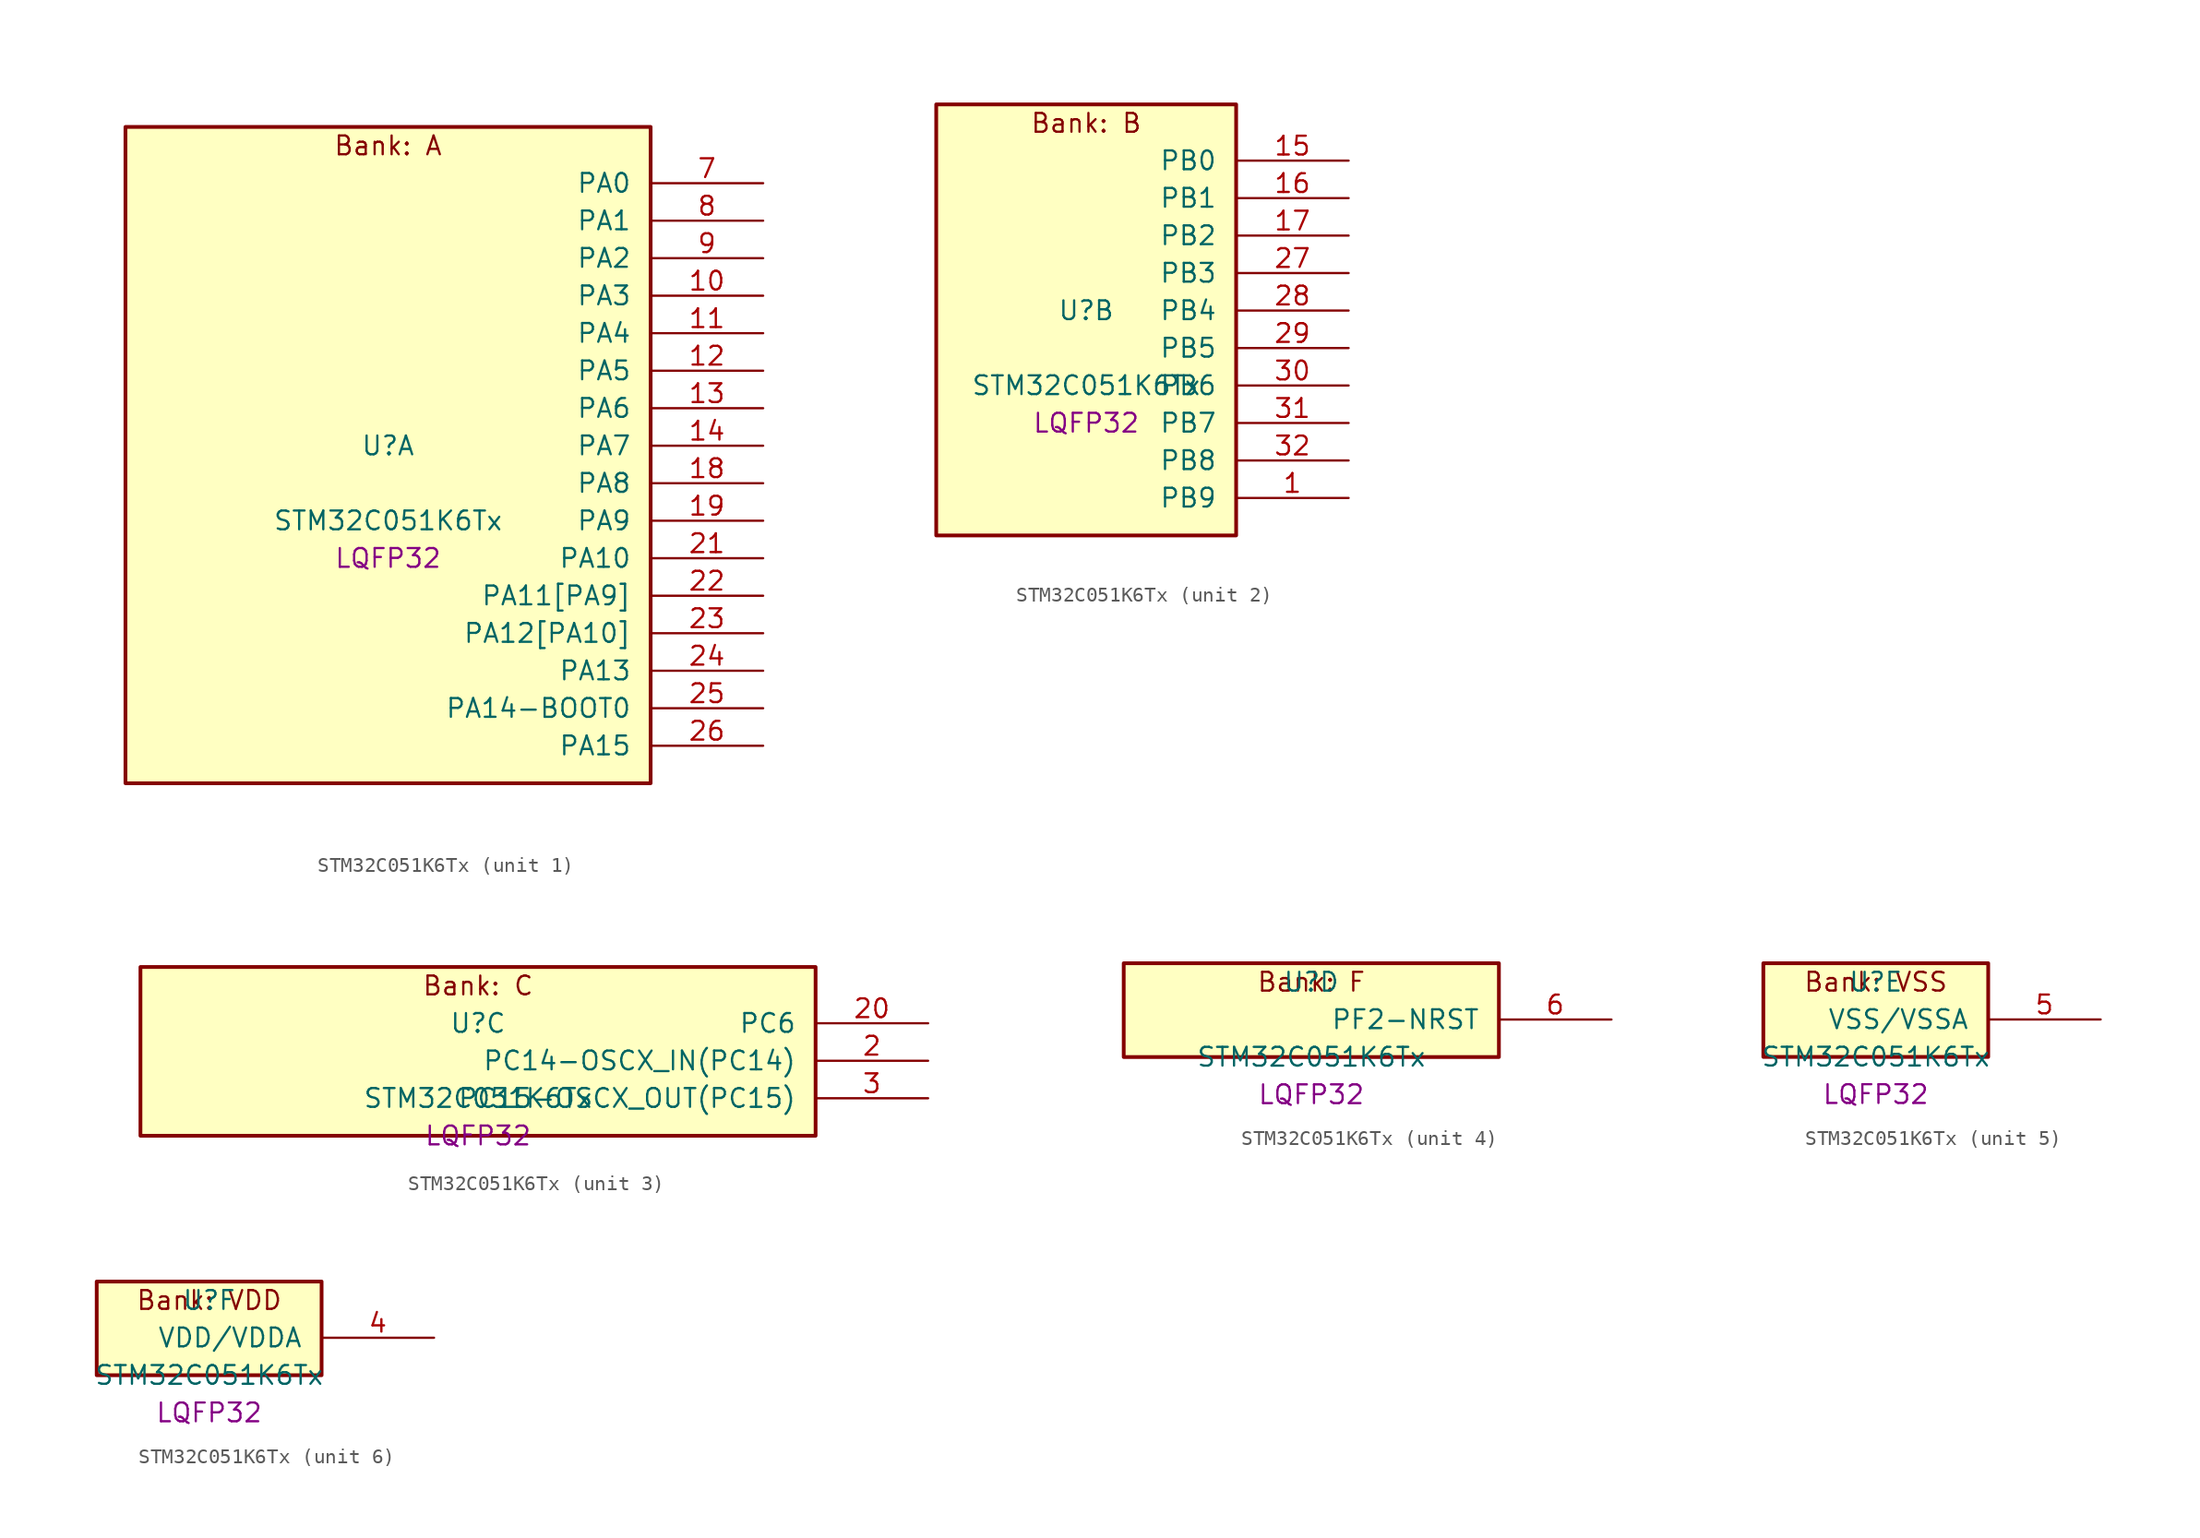
<source format=kicad_sym>
(kicad_symbol_lib
  (version 20241209)
  (generator "stm32_pkl_generator")
  (generator_version "1.0")
  (symbol "STM32C051K6Tx"
    (pin_names
      (offset 1.27))
    (property "Reference" "U"
      (at 0 2.54 0))
    (property "Value" "STM32C051K6Tx"
      (at 0 -2.54 0))
    (property "Footprint" "LQFP32"
      (at 0 -5.08 0))
    (symbol "STM32C051K6Tx_1_1"
      (rectangle (start -17.78 24.13) (end 17.78 -20.32) (stroke (width 0.254) (type solid)) (fill (type background)))
      (text "Bank: A" (at 0 22.86 0))
      (pin bidirectional line (at 25.4 20.32 180) (length 7.62) (name "PA0") (number "7") (alternate "PA0/ADC1_IN0" bidirectional line) (alternate "PA0/PWR_WKUP1" bidirectional line) (alternate "PA0/SPI2_SCK" bidirectional line) (alternate "PA0/TIM16_CH1" bidirectional line) (alternate "PA0/TIM1_CH1" bidirectional line) (alternate "PA0/TIM2_CH1" bidirectional line) (alternate "PA0/TIM2_ETR" bidirectional line) (alternate "PA0/USART1_TX" bidirectional line) (alternate "PA0/USART2_CTS" bidirectional line) (alternate "PA0/USART2_NSS" bidirectional line))
      (pin bidirectional line (at 25.4 17.78 180) (length 7.62) (name "PA1") (number "8") (alternate "PA1/ADC1_IN1" bidirectional line) (alternate "PA1/I2C1_SMBA" bidirectional line) (alternate "PA1/I2S1_CK" bidirectional line) (alternate "PA1/SPI1_SCK" bidirectional line) (alternate "PA1/TIM17_CH1" bidirectional line) (alternate "PA1/TIM1_CH2" bidirectional line) (alternate "PA1/TIM2_CH2" bidirectional line) (alternate "PA1/USART1_RX" bidirectional line) (alternate "PA1/USART2_CK" bidirectional line) (alternate "PA1/USART2_DE" bidirectional line) (alternate "PA1/USART2_RTS" bidirectional line))
      (pin bidirectional line (at 25.4 15.24 180) (length 7.62) (name "PA2") (number "9") (alternate "PA2/ADC1_IN2" bidirectional line) (alternate "PA2/I2S1_SD" bidirectional line) (alternate "PA2/PWR_WKUP4" bidirectional line) (alternate "PA2/RCC_LSCO" bidirectional line) (alternate "PA2/SPI1_MOSI" bidirectional line) (alternate "PA2/TIM16_CH1N" bidirectional line) (alternate "PA2/TIM1_CH3" bidirectional line) (alternate "PA2/TIM2_CH3" bidirectional line) (alternate "PA2/TIM3_ETR" bidirectional line) (alternate "PA2/USART2_TX" bidirectional line))
      (pin bidirectional line (at 25.4 12.7 180) (length 7.62) (name "PA3") (number "10") (alternate "PA3/ADC1_IN3" bidirectional line) (alternate "PA3/SPI2_MISO" bidirectional line) (alternate "PA3/TIM1_CH1N" bidirectional line) (alternate "PA3/TIM1_CH4" bidirectional line) (alternate "PA3/TIM2_CH4" bidirectional line) (alternate "PA3/USART2_RX" bidirectional line))
      (pin bidirectional line (at 25.4 10.16 180) (length 7.62) (name "PA4") (number "11") (alternate "PA4/ADC1_IN4" bidirectional line) (alternate "PA4/I2S1_WS" bidirectional line) (alternate "PA4/PWR_WKUP2" bidirectional line) (alternate "PA4/RTC_OUT1" bidirectional line) (alternate "PA4/RTC_TS" bidirectional line) (alternate "PA4/SPI1_NSS" bidirectional line) (alternate "PA4/SPI2_MOSI" bidirectional line) (alternate "PA4/TIM14_CH1" bidirectional line) (alternate "PA4/TIM17_CH1N" bidirectional line) (alternate "PA4/TIM1_CH2N" bidirectional line) (alternate "PA4/USART2_TX" bidirectional line))
      (pin bidirectional line (at 25.4 7.62 180) (length 7.62) (name "PA5") (number "12") (alternate "PA5/ADC1_IN5" bidirectional line) (alternate "PA5/I2S1_CK" bidirectional line) (alternate "PA5/SPI1_SCK" bidirectional line) (alternate "PA5/TIM1_CH1" bidirectional line) (alternate "PA5/TIM1_CH3N" bidirectional line) (alternate "PA5/TIM2_CH1" bidirectional line) (alternate "PA5/TIM2_ETR" bidirectional line) (alternate "PA5/USART2_RX" bidirectional line))
      (pin bidirectional line (at 25.4 5.08 180) (length 7.62) (name "PA6") (number "13") (alternate "PA6/ADC1_IN6" bidirectional line) (alternate "PA6/I2C2_SDA" bidirectional line) (alternate "PA6/I2S1_MCK" bidirectional line) (alternate "PA6/SPI1_MISO" bidirectional line) (alternate "PA6/TIM16_CH1" bidirectional line) (alternate "PA6/TIM1_BKIN" bidirectional line) (alternate "PA6/TIM3_CH1" bidirectional line) (alternate "PA6/USART1_TX" bidirectional line))
      (pin bidirectional line (at 25.4 2.54 180) (length 7.62) (name "PA7") (number "14") (alternate "PA7/ADC1_IN7" bidirectional line) (alternate "PA7/I2C2_SCL" bidirectional line) (alternate "PA7/I2S1_SD" bidirectional line) (alternate "PA7/SPI1_MOSI" bidirectional line) (alternate "PA7/TIM14_CH1" bidirectional line) (alternate "PA7/TIM17_CH1" bidirectional line) (alternate "PA7/TIM1_CH1N" bidirectional line) (alternate "PA7/TIM3_CH2" bidirectional line) (alternate "PA7/USART1_RX" bidirectional line))
      (pin bidirectional line (at 25.4 0 180) (length 7.62) (name "PA8") (number "18") (alternate "PA8/ADC1_IN8" bidirectional line) (alternate "PA8/I2S1_WS" bidirectional line) (alternate "PA8/RCC_MCO" bidirectional line) (alternate "PA8/RCC_MCO_2" bidirectional line) (alternate "PA8/SPI1_NSS" bidirectional line) (alternate "PA8/SPI2_MISO" bidirectional line) (alternate "PA8/SPI2_NSS" bidirectional line) (alternate "PA8/TIM14_CH1" bidirectional line) (alternate "PA8/TIM1_CH1" bidirectional line) (alternate "PA8/TIM1_CH2N" bidirectional line) (alternate "PA8/TIM1_CH3N" bidirectional line) (alternate "PA8/TIM3_CH3" bidirectional line) (alternate "PA8/TIM3_CH4" bidirectional line) (alternate "PA8/USART1_RX" bidirectional line) (alternate "PA8/USART2_TX" bidirectional line))
      (pin bidirectional line (at 25.4 -2.54 180) (length 7.62) (name "PA9") (number "19") (alternate "PA9/I2C1_SCL" bidirectional line) (alternate "PA9/I2C2_SCL" bidirectional line) (alternate "PA9/RCC_MCO" bidirectional line) (alternate "PA9/SPI2_MISO" bidirectional line) (alternate "PA9/TIM1_CH2" bidirectional line) (alternate "PA9/TIM3_ETR" bidirectional line) (alternate "PA9/USART1_TX" bidirectional line) (alternate "PA9/NC" bidirectional line))
      (pin bidirectional line (at 25.4 -5.08 180) (length 7.62) (name "PA10") (number "21") (alternate "PA10/I2C1_SDA" bidirectional line) (alternate "PA10/I2C2_SDA" bidirectional line) (alternate "PA10/RCC_MCO_2" bidirectional line) (alternate "PA10/SPI2_MOSI" bidirectional line) (alternate "PA10/TIM17_BKIN" bidirectional line) (alternate "PA10/TIM1_CH3" bidirectional line) (alternate "PA10/USART1_RX" bidirectional line) (alternate "PA10/NC" bidirectional line))
      (pin bidirectional line (at 25.4 -7.62 180) (length 7.62) (name "PA11[PA9]") (number "22") (alternate "PA11[PA9]/ADC1_EXTI11" bidirectional line) (alternate "PA11[PA9]/ADC1_IN11" bidirectional line) (alternate "PA11[PA9]/I2C2_SCL" bidirectional line) (alternate "PA11[PA9]/I2S1_MCK" bidirectional line) (alternate "PA11[PA9]/SPI1_MISO" bidirectional line) (alternate "PA11[PA9]/TIM1_BKIN2" bidirectional line) (alternate "PA11[PA9]/TIM1_CH4" bidirectional line) (alternate "PA11[PA9]/USART1_CTS" bidirectional line) (alternate "PA11[PA9]/USART1_NSS" bidirectional line) (alternate "PA11[PA9]/PA9[PA11]" bidirectional line) (alternate "PA11[PA9]/I2C1_SCL" bidirectional line) (alternate "PA11[PA9]/RCC_MCO" bidirectional line) (alternate "PA11[PA9]/SPI2_MISO" bidirectional line) (alternate "PA11[PA9]/TIM1_CH2" bidirectional line) (alternate "PA11[PA9]/TIM3_ETR" bidirectional line) (alternate "PA11[PA9]/USART1_TX" bidirectional line))
      (pin bidirectional line (at 25.4 -10.16 180) (length 7.62) (name "PA12[PA10]") (number "23") (alternate "PA12[PA10]/ADC1_IN12" bidirectional line) (alternate "PA12[PA10]/I2C2_SDA" bidirectional line) (alternate "PA12[PA10]/I2S1_SD" bidirectional line) (alternate "PA12[PA10]/I2S_CKIN" bidirectional line) (alternate "PA12[PA10]/SPI1_MOSI" bidirectional line) (alternate "PA12[PA10]/TIM1_ETR" bidirectional line) (alternate "PA12[PA10]/USART1_CK" bidirectional line) (alternate "PA12[PA10]/USART1_DE" bidirectional line) (alternate "PA12[PA10]/USART1_RTS" bidirectional line) (alternate "PA12[PA10]/PA10[PA12]" bidirectional line) (alternate "PA12[PA10]/I2C1_SDA" bidirectional line) (alternate "PA12[PA10]/RCC_MCO_2" bidirectional line) (alternate "PA12[PA10]/SPI2_MOSI" bidirectional line) (alternate "PA12[PA10]/TIM17_BKIN" bidirectional line) (alternate "PA12[PA10]/TIM1_CH3" bidirectional line) (alternate "PA12[PA10]/USART1_RX" bidirectional line))
      (pin bidirectional line (at 25.4 -12.7 180) (length 7.62) (name "PA13") (number "24") (alternate "PA13/ADC1_IN13" bidirectional line) (alternate "PA13/DEBUG_SWDIO" bidirectional line) (alternate "PA13/IR_OUT" bidirectional line) (alternate "PA13/TIM3_ETR" bidirectional line) (alternate "PA13/USART2_RX" bidirectional line))
      (pin bidirectional line (at 25.4 -15.24 180) (length 7.62) (name "PA14-BOOT0") (number "25") (alternate "PA14-BOOT0/ADC1_IN14" bidirectional line) (alternate "PA14-BOOT0/BOOT0" bidirectional line) (alternate "PA14-BOOT0/DEBUG_SWCLK" bidirectional line) (alternate "PA14-BOOT0/I2S1_WS" bidirectional line) (alternate "PA14-BOOT0/RCC_MCO_2" bidirectional line) (alternate "PA14-BOOT0/SPI1_NSS" bidirectional line) (alternate "PA14-BOOT0/TIM1_CH1" bidirectional line) (alternate "PA14-BOOT0/USART1_CK" bidirectional line) (alternate "PA14-BOOT0/USART1_DE" bidirectional line) (alternate "PA14-BOOT0/USART1_RTS" bidirectional line) (alternate "PA14-BOOT0/USART2_RX" bidirectional line) (alternate "PA14-BOOT0/USART2_TX" bidirectional line))
      (pin bidirectional line (at 25.4 -17.78 180) (length 7.62) (name "PA15") (number "26") (alternate "PA15/I2S1_WS" bidirectional line) (alternate "PA15/RCC_MCO_2" bidirectional line) (alternate "PA15/SPI1_NSS" bidirectional line) (alternate "PA15/TIM1_CH1" bidirectional line) (alternate "PA15/TIM2_CH1" bidirectional line) (alternate "PA15/TIM2_ETR" bidirectional line) (alternate "PA15/USART1_CK" bidirectional line) (alternate "PA15/USART1_DE" bidirectional line) (alternate "PA15/USART1_RTS" bidirectional line) (alternate "PA15/USART2_RX" bidirectional line)))
    (symbol "STM32C051K6Tx_2_1"
      (rectangle (start -10.16 16.51) (end 10.16 -12.7) (stroke (width 0.254) (type solid)) (fill (type background)))
      (text "Bank: B" (at 0 15.24 0))
      (pin bidirectional line (at 17.78 12.7 180) (length 7.62) (name "PB0") (number "15") (alternate "PB0/ADC1_IN17" bidirectional line) (alternate "PB0/I2S1_WS" bidirectional line) (alternate "PB0/SPI1_NSS" bidirectional line) (alternate "PB0/TIM1_CH2N" bidirectional line) (alternate "PB0/TIM3_CH3" bidirectional line))
      (pin bidirectional line (at 17.78 10.16 180) (length 7.62) (name "PB1") (number "16") (alternate "PB1/ADC1_IN18" bidirectional line) (alternate "PB1/TIM14_CH1" bidirectional line) (alternate "PB1/TIM1_CH2N" bidirectional line) (alternate "PB1/TIM1_CH3N" bidirectional line) (alternate "PB1/TIM3_CH4" bidirectional line))
      (pin bidirectional line (at 17.78 7.62 180) (length 7.62) (name "PB2") (number "17") (alternate "PB2/ADC1_IN19" bidirectional line) (alternate "PB2/RCC_MCO_2" bidirectional line) (alternate "PB2/SPI2_MISO" bidirectional line) (alternate "PB2/USART1_RX" bidirectional line))
      (pin bidirectional line (at 17.78 5.08 180) (length 7.62) (name "PB3") (number "27") (alternate "PB3/I2C2_SCL" bidirectional line) (alternate "PB3/I2S1_CK" bidirectional line) (alternate "PB3/SPI1_SCK" bidirectional line) (alternate "PB3/TIM1_CH2" bidirectional line) (alternate "PB3/TIM2_CH2" bidirectional line) (alternate "PB3/TIM3_CH2" bidirectional line) (alternate "PB3/USART1_CK" bidirectional line) (alternate "PB3/USART1_DE" bidirectional line) (alternate "PB3/USART1_RTS" bidirectional line))
      (pin bidirectional line (at 17.78 2.54 180) (length 7.62) (name "PB4") (number "28") (alternate "PB4/I2C2_SDA" bidirectional line) (alternate "PB4/I2S1_MCK" bidirectional line) (alternate "PB4/SPI1_MISO" bidirectional line) (alternate "PB4/TIM17_BKIN" bidirectional line) (alternate "PB4/TIM3_CH1" bidirectional line) (alternate "PB4/USART1_CTS" bidirectional line) (alternate "PB4/USART1_NSS" bidirectional line))
      (pin bidirectional line (at 17.78 0 180) (length 7.62) (name "PB5") (number "29") (alternate "PB5/I2C1_SMBA" bidirectional line) (alternate "PB5/I2S1_SD" bidirectional line) (alternate "PB5/PWR_WKUP6" bidirectional line) (alternate "PB5/SPI1_MOSI" bidirectional line) (alternate "PB5/TIM16_BKIN" bidirectional line) (alternate "PB5/TIM3_CH2" bidirectional line) (alternate "PB5/TIM3_CH3" bidirectional line))
      (pin bidirectional line (at 17.78 -2.54 180) (length 7.62) (name "PB6") (number "30") (alternate "PB6/I2C1_SCL" bidirectional line) (alternate "PB6/I2C1_SMBA" bidirectional line) (alternate "PB6/I2S1_CK" bidirectional line) (alternate "PB6/I2S1_MCK" bidirectional line) (alternate "PB6/I2S1_SD" bidirectional line) (alternate "PB6/PWR_WKUP3" bidirectional line) (alternate "PB6/SPI1_MISO" bidirectional line) (alternate "PB6/SPI1_MOSI" bidirectional line) (alternate "PB6/SPI1_SCK" bidirectional line) (alternate "PB6/SPI2_MISO" bidirectional line) (alternate "PB6/TIM16_BKIN" bidirectional line) (alternate "PB6/TIM16_CH1N" bidirectional line) (alternate "PB6/TIM17_BKIN" bidirectional line) (alternate "PB6/TIM1_CH2" bidirectional line) (alternate "PB6/TIM1_CH3" bidirectional line) (alternate "PB6/TIM3_CH1" bidirectional line) (alternate "PB6/TIM3_CH2" bidirectional line) (alternate "PB6/TIM3_CH3" bidirectional line) (alternate "PB6/USART1_CTS" bidirectional line) (alternate "PB6/USART1_NSS" bidirectional line) (alternate "PB6/USART1_TX" bidirectional line))
      (pin bidirectional line (at 17.78 -5.08 180) (length 7.62) (name "PB7") (number "31") (alternate "PB7/I2C1_SCL" bidirectional line) (alternate "PB7/I2C1_SDA" bidirectional line) (alternate "PB7/RTC_REFIN" bidirectional line) (alternate "PB7/SPI2_MOSI" bidirectional line) (alternate "PB7/TIM16_CH1" bidirectional line) (alternate "PB7/TIM17_CH1N" bidirectional line) (alternate "PB7/TIM1_CH1" bidirectional line) (alternate "PB7/TIM1_CH4" bidirectional line) (alternate "PB7/TIM3_CH1" bidirectional line) (alternate "PB7/TIM3_CH4" bidirectional line) (alternate "PB7/USART1_RX" bidirectional line) (alternate "PB7/USART2_CTS" bidirectional line) (alternate "PB7/USART2_NSS" bidirectional line))
      (pin bidirectional line (at 17.78 -7.62 180) (length 7.62) (name "PB8") (number "32") (alternate "PB8/I2C1_SCL" bidirectional line) (alternate "PB8/SPI2_SCK" bidirectional line) (alternate "PB8/TIM16_CH1" bidirectional line) (alternate "PB8/TIM3_CH1" bidirectional line) (alternate "PB8/USART2_CTS" bidirectional line) (alternate "PB8/USART2_NSS" bidirectional line))
      (pin bidirectional line (at 17.78 -10.16 180) (length 7.62) (name "PB9") (number "1") (alternate "PB9/I2C1_SDA" bidirectional line) (alternate "PB9/IR_OUT" bidirectional line) (alternate "PB9/SPI2_NSS" bidirectional line) (alternate "PB9/TIM17_CH1" bidirectional line) (alternate "PB9/TIM3_CH2" bidirectional line) (alternate "PB9/USART2_CK" bidirectional line) (alternate "PB9/USART2_DE" bidirectional line) (alternate "PB9/USART2_RTS" bidirectional line)))
    (symbol "STM32C051K6Tx_3_1"
      (rectangle (start -22.86 6.35) (end 22.86 -5.08) (stroke (width 0.254) (type solid)) (fill (type background)))
      (text "Bank: C" (at 0 5.08 0))
      (pin bidirectional line (at 30.48 2.54 180) (length 7.62) (name "PC6") (number "20") (alternate "PC6/TIM2_CH3" bidirectional line) (alternate "PC6/TIM3_CH1" bidirectional line))
      (pin bidirectional line (at 30.48 0 180) (length 7.62) (name "PC14-OSCX_IN(PC14)") (number "2") (alternate "PC14-OSCX_IN(PC14)/I2C1_SDA" bidirectional line) (alternate "PC14-OSCX_IN(PC14)/IR_OUT" bidirectional line) (alternate "PC14-OSCX_IN(PC14)/RCC_OSCX_IN" bidirectional line) (alternate "PC14-OSCX_IN(PC14)/SPI2_NSS" bidirectional line) (alternate "PC14-OSCX_IN(PC14)/TIM17_CH1" bidirectional line) (alternate "PC14-OSCX_IN(PC14)/TIM1_BKIN2" bidirectional line) (alternate "PC14-OSCX_IN(PC14)/TIM1_ETR" bidirectional line) (alternate "PC14-OSCX_IN(PC14)/TIM3_CH2" bidirectional line) (alternate "PC14-OSCX_IN(PC14)/USART1_RX" bidirectional line) (alternate "PC14-OSCX_IN(PC14)/USART1_TX" bidirectional line) (alternate "PC14-OSCX_IN(PC14)/USART2_CK" bidirectional line) (alternate "PC14-OSCX_IN(PC14)/USART2_DE" bidirectional line) (alternate "PC14-OSCX_IN(PC14)/USART2_RTS" bidirectional line))
      (pin bidirectional line (at 30.48 -2.54 180) (length 7.62) (name "PC15-OSCX_OUT(PC15)") (number "3") (alternate "PC15-OSCX_OUT(PC15)/RCC_OSC32_EN" bidirectional line) (alternate "PC15-OSCX_OUT(PC15)/RCC_OSCX_OUT" bidirectional line) (alternate "PC15-OSCX_OUT(PC15)/RCC_OSC_EN" bidirectional line) (alternate "PC15-OSCX_OUT(PC15)/TIM1_CH2" bidirectional line) (alternate "PC15-OSCX_OUT(PC15)/TIM1_ETR" bidirectional line) (alternate "PC15-OSCX_OUT(PC15)/TIM3_CH3" bidirectional line)))
    (symbol "STM32C051K6Tx_4_1"
      (rectangle (start -12.7 3.81) (end 12.7 -2.54) (stroke (width 0.254) (type solid)) (fill (type background)))
      (text "Bank: F" (at 0 2.54 0))
      (pin bidirectional line (at 20.32 0 180) (length 7.62) (name "PF2-NRST") (number "6") (alternate "PF2-NRST/RCC_MCO" bidirectional line) (alternate "PF2-NRST/TIM1_CH4" bidirectional line)))
    (symbol "STM32C051K6Tx_5_1"
      (rectangle (start -7.62 3.81) (end 7.62 -2.54) (stroke (width 0.254) (type solid)) (fill (type background)))
      (text "Bank: VSS" (at 0 2.54 0))
      (pin power_in line (at 15.24 0 180) (length 7.62) (name "VSS/VSSA") (number "5")))
    (symbol "STM32C051K6Tx_6_1"
      (rectangle (start -7.62 3.81) (end 7.62 -2.54) (stroke (width 0.254) (type solid)) (fill (type background)))
      (text "Bank: VDD" (at 0 2.54 0))
      (pin power_in line (at 15.24 0 180) (length 7.62) (name "VDD/VDDA") (number "4")))))
</source>
